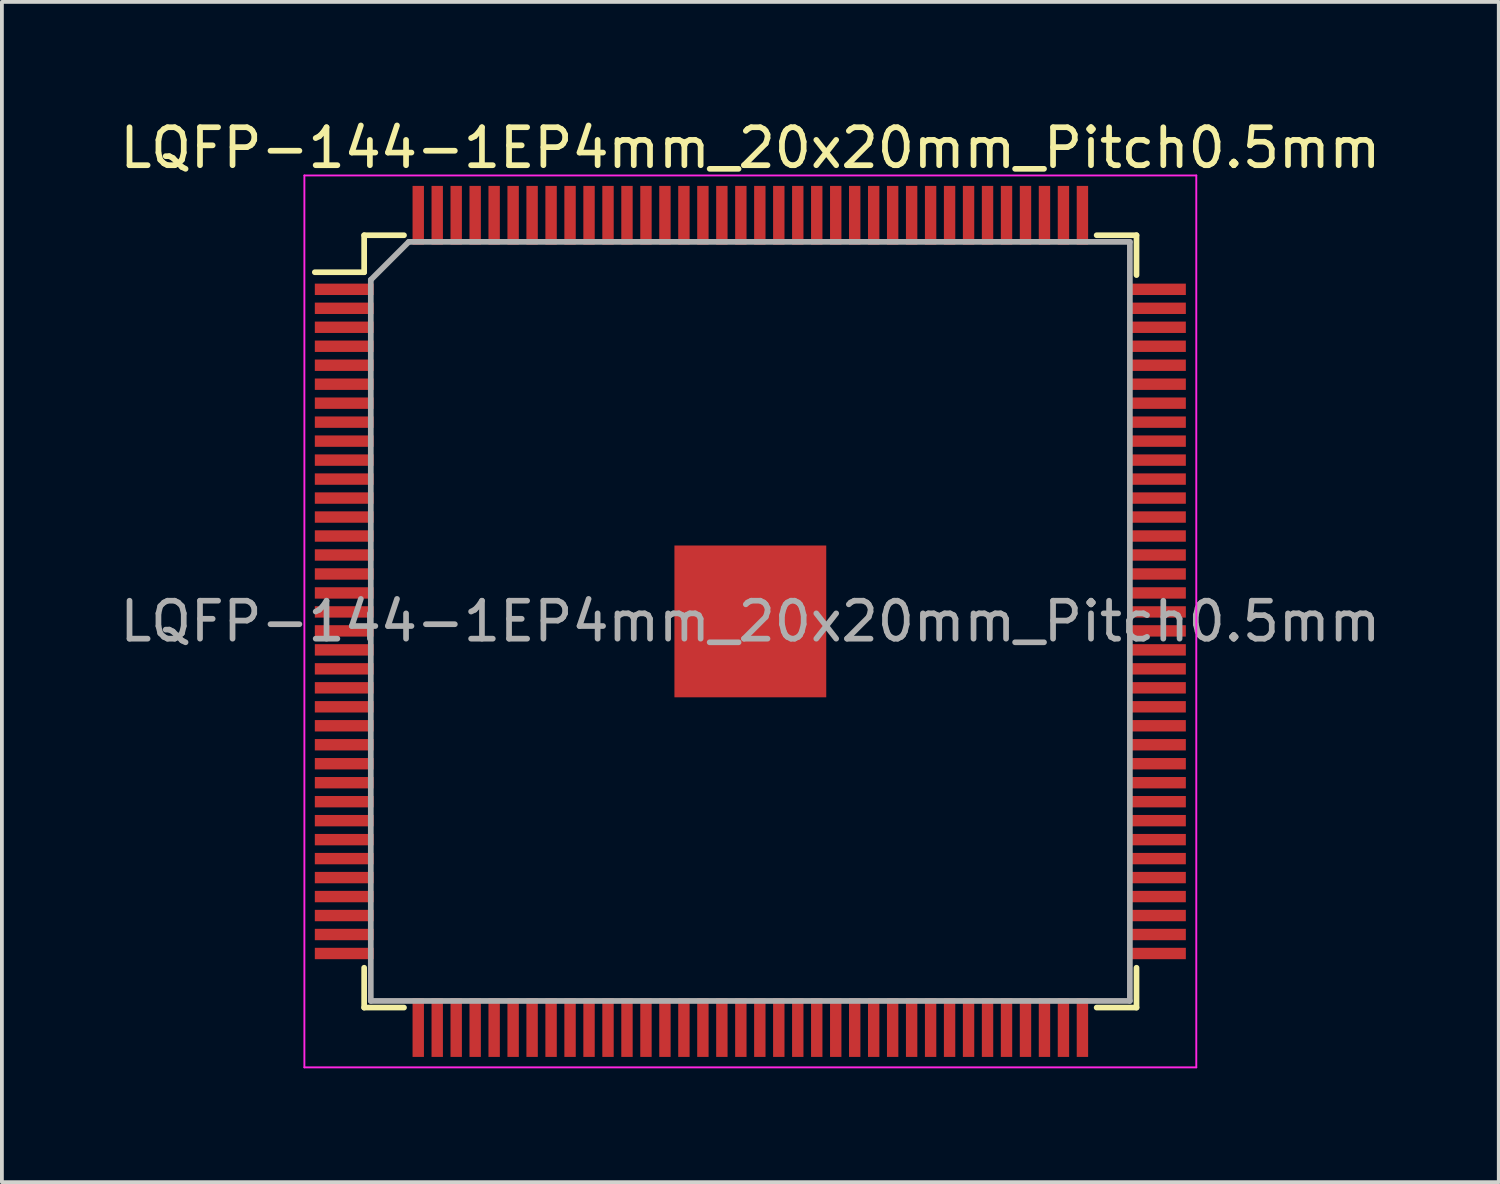
<source format=kicad_pcb>
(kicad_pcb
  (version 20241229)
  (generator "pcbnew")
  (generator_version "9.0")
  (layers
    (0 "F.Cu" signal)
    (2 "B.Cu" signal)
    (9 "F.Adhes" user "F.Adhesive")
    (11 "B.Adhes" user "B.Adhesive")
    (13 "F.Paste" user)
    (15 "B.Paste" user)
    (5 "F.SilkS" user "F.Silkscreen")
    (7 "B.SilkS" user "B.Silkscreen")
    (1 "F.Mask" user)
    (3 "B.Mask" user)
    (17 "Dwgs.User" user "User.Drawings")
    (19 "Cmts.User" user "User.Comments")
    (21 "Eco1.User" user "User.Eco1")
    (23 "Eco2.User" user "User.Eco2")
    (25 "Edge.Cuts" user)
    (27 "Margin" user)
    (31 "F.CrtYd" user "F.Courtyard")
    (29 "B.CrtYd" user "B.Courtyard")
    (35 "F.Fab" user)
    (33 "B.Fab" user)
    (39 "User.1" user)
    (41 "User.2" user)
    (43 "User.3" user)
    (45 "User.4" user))
  (footprint "LQFP-144-1EP4mm_20x20mm_Pitch0.5mm"
    (layer "F.Cu")
    (at 16.72 13.323)
    (property "Reference" "LQFP-144-1EP4mm_20x20mm_Pitch0.5mm" (at 0 -12.475 0) (layer "F.SilkS") (effects (font (size 1 1) (thickness 0.15))))
    (attr smd)
    (fp_line (start -10.175 -10.175) (end -10.175 -9.2) (stroke (width 0.15) (type solid)) (layer "F.SilkS"))
    (fp_line (start -10.175 -10.175) (end -9.125 -10.175) (stroke (width 0.15) (type solid)) (layer "F.SilkS"))
    (fp_line (start -10.175 -9.2) (end -11.475 -9.2) (stroke (width 0.15) (type solid)) (layer "F.SilkS"))
    (fp_line (start -10.175 10.175) (end -10.175 9.125) (stroke (width 0.15) (type solid)) (layer "F.SilkS"))
    (fp_line (start -10.175 10.175) (end -9.125 10.175) (stroke (width 0.15) (type solid)) (layer "F.SilkS"))
    (fp_line (start 10.175 -10.175) (end 9.125 -10.175) (stroke (width 0.15) (type solid)) (layer "F.SilkS"))
    (fp_line (start 10.175 -10.175) (end 10.175 -9.125) (stroke (width 0.15) (type solid)) (layer "F.SilkS"))
    (fp_line (start 10.175 10.175) (end 9.125 10.175) (stroke (width 0.15) (type solid)) (layer "F.SilkS"))
    (fp_line (start 10.175 10.175) (end 10.175 9.125) (stroke (width 0.15) (type solid)) (layer "F.SilkS"))
    (fp_line (start -11.75 -11.75) (end -11.75 11.75) (stroke (width 0.05) (type solid)) (layer "F.CrtYd"))
    (fp_line (start -11.75 -11.75) (end 11.75 -11.75) (stroke (width 0.05) (type solid)) (layer "F.CrtYd"))
    (fp_line (start -11.75 11.75) (end 11.75 11.75) (stroke (width 0.05) (type solid)) (layer "F.CrtYd"))
    (fp_line (start 11.75 -11.75) (end 11.75 11.75) (stroke (width 0.05) (type solid)) (layer "F.CrtYd"))
    (fp_line (start -10 -9) (end -9 -10) (stroke (width 0.15) (type solid)) (layer "F.Fab"))
    (fp_line (start -10 10) (end -10 -9) (stroke (width 0.15) (type solid)) (layer "F.Fab"))
    (fp_line (start -9 -10) (end 10 -10) (stroke (width 0.15) (type solid)) (layer "F.Fab"))
    (fp_line (start 10 -10) (end 10 10) (stroke (width 0.15) (type solid)) (layer "F.Fab"))
    (fp_line (start 10 10) (end -10 10) (stroke (width 0.15) (type solid)) (layer "F.Fab"))
    (fp_text user "${REFERENCE}" (at 0 0 0) (layer "F.Fab") (effects (font (size 1 1) (thickness 0.15))))
    (pad "1" smd rect (at -10.7 -8.75) (size 1.55 0.3) (layers "F.Cu" "F.Mask" "F.Paste"))
    (pad "2" smd rect (at -10.7 -8.25) (size 1.55 0.3) (layers "F.Cu" "F.Mask" "F.Paste"))
    (pad "3" smd rect (at -10.7 -7.75) (size 1.55 0.3) (layers "F.Cu" "F.Mask" "F.Paste"))
    (pad "4" smd rect (at -10.7 -7.25) (size 1.55 0.3) (layers "F.Cu" "F.Mask" "F.Paste"))
    (pad "5" smd rect (at -10.7 -6.75) (size 1.55 0.3) (layers "F.Cu" "F.Mask" "F.Paste"))
    (pad "6" smd rect (at -10.7 -6.25) (size 1.55 0.3) (layers "F.Cu" "F.Mask" "F.Paste"))
    (pad "7" smd rect (at -10.7 -5.75) (size 1.55 0.3) (layers "F.Cu" "F.Mask" "F.Paste"))
    (pad "8" smd rect (at -10.7 -5.25) (size 1.55 0.3) (layers "F.Cu" "F.Mask" "F.Paste"))
    (pad "9" smd rect (at -10.7 -4.75) (size 1.55 0.3) (layers "F.Cu" "F.Mask" "F.Paste"))
    (pad "10" smd rect (at -10.7 -4.25) (size 1.55 0.3) (layers "F.Cu" "F.Mask" "F.Paste"))
    (pad "11" smd rect (at -10.7 -3.75) (size 1.55 0.3) (layers "F.Cu" "F.Mask" "F.Paste"))
    (pad "12" smd rect (at -10.7 -3.25) (size 1.55 0.3) (layers "F.Cu" "F.Mask" "F.Paste"))
    (pad "13" smd rect (at -10.7 -2.75) (size 1.55 0.3) (layers "F.Cu" "F.Mask" "F.Paste"))
    (pad "14" smd rect (at -10.7 -2.25) (size 1.55 0.3) (layers "F.Cu" "F.Mask" "F.Paste"))
    (pad "15" smd rect (at -10.7 -1.75) (size 1.55 0.3) (layers "F.Cu" "F.Mask" "F.Paste"))
    (pad "16" smd rect (at -10.7 -1.25) (size 1.55 0.3) (layers "F.Cu" "F.Mask" "F.Paste"))
    (pad "17" smd rect (at -10.7 -0.75) (size 1.55 0.3) (layers "F.Cu" "F.Mask" "F.Paste"))
    (pad "18" smd rect (at -10.7 -0.25) (size 1.55 0.3) (layers "F.Cu" "F.Mask" "F.Paste"))
    (pad "19" smd rect (at -10.7 0.25) (size 1.55 0.3) (layers "F.Cu" "F.Mask" "F.Paste"))
    (pad "20" smd rect (at -10.7 0.75) (size 1.55 0.3) (layers "F.Cu" "F.Mask" "F.Paste"))
    (pad "21" smd rect (at -10.7 1.25) (size 1.55 0.3) (layers "F.Cu" "F.Mask" "F.Paste"))
    (pad "22" smd rect (at -10.7 1.75) (size 1.55 0.3) (layers "F.Cu" "F.Mask" "F.Paste"))
    (pad "23" smd rect (at -10.7 2.25) (size 1.55 0.3) (layers "F.Cu" "F.Mask" "F.Paste"))
    (pad "24" smd rect (at -10.7 2.75) (size 1.55 0.3) (layers "F.Cu" "F.Mask" "F.Paste"))
    (pad "25" smd rect (at -10.7 3.25) (size 1.55 0.3) (layers "F.Cu" "F.Mask" "F.Paste"))
    (pad "26" smd rect (at -10.7 3.75) (size 1.55 0.3) (layers "F.Cu" "F.Mask" "F.Paste"))
    (pad "27" smd rect (at -10.7 4.25) (size 1.55 0.3) (layers "F.Cu" "F.Mask" "F.Paste"))
    (pad "28" smd rect (at -10.7 4.75) (size 1.55 0.3) (layers "F.Cu" "F.Mask" "F.Paste"))
    (pad "29" smd rect (at -10.7 5.25) (size 1.55 0.3) (layers "F.Cu" "F.Mask" "F.Paste"))
    (pad "30" smd rect (at -10.7 5.75) (size 1.55 0.3) (layers "F.Cu" "F.Mask" "F.Paste"))
    (pad "31" smd rect (at -10.7 6.25) (size 1.55 0.3) (layers "F.Cu" "F.Mask" "F.Paste"))
    (pad "32" smd rect (at -10.7 6.75) (size 1.55 0.3) (layers "F.Cu" "F.Mask" "F.Paste"))
    (pad "33" smd rect (at -10.7 7.25) (size 1.55 0.3) (layers "F.Cu" "F.Mask" "F.Paste"))
    (pad "34" smd rect (at -10.7 7.75) (size 1.55 0.3) (layers "F.Cu" "F.Mask" "F.Paste"))
    (pad "35" smd rect (at -10.7 8.25) (size 1.55 0.3) (layers "F.Cu" "F.Mask" "F.Paste"))
    (pad "36" smd rect (at -10.7 8.75) (size 1.55 0.3) (layers "F.Cu" "F.Mask" "F.Paste"))
    (pad "37" smd rect (at -8.75 10.7 90) (size 1.55 0.3) (layers "F.Cu" "F.Mask" "F.Paste"))
    (pad "38" smd rect (at -8.25 10.7 90) (size 1.55 0.3) (layers "F.Cu" "F.Mask" "F.Paste"))
    (pad "39" smd rect (at -7.75 10.7 90) (size 1.55 0.3) (layers "F.Cu" "F.Mask" "F.Paste"))
    (pad "40" smd rect (at -7.25 10.7 90) (size 1.55 0.3) (layers "F.Cu" "F.Mask" "F.Paste"))
    (pad "41" smd rect (at -6.75 10.7 90) (size 1.55 0.3) (layers "F.Cu" "F.Mask" "F.Paste"))
    (pad "42" smd rect (at -6.25 10.7 90) (size 1.55 0.3) (layers "F.Cu" "F.Mask" "F.Paste"))
    (pad "43" smd rect (at -5.75 10.7 90) (size 1.55 0.3) (layers "F.Cu" "F.Mask" "F.Paste"))
    (pad "44" smd rect (at -5.25 10.7 90) (size 1.55 0.3) (layers "F.Cu" "F.Mask" "F.Paste"))
    (pad "45" smd rect (at -4.75 10.7 90) (size 1.55 0.3) (layers "F.Cu" "F.Mask" "F.Paste"))
    (pad "46" smd rect (at -4.25 10.7 90) (size 1.55 0.3) (layers "F.Cu" "F.Mask" "F.Paste"))
    (pad "47" smd rect (at -3.75 10.7 90) (size 1.55 0.3) (layers "F.Cu" "F.Mask" "F.Paste"))
    (pad "48" smd rect (at -3.25 10.7 90) (size 1.55 0.3) (layers "F.Cu" "F.Mask" "F.Paste"))
    (pad "49" smd rect (at -2.75 10.7 90) (size 1.55 0.3) (layers "F.Cu" "F.Mask" "F.Paste"))
    (pad "50" smd rect (at -2.25 10.7 90) (size 1.55 0.3) (layers "F.Cu" "F.Mask" "F.Paste"))
    (pad "51" smd rect (at -1.75 10.7 90) (size 1.55 0.3) (layers "F.Cu" "F.Mask" "F.Paste"))
    (pad "52" smd rect (at -1.25 10.7 90) (size 1.55 0.3) (layers "F.Cu" "F.Mask" "F.Paste"))
    (pad "53" smd rect (at -0.75 10.7 90) (size 1.55 0.3) (layers "F.Cu" "F.Mask" "F.Paste"))
    (pad "54" smd rect (at -0.25 10.7 90) (size 1.55 0.3) (layers "F.Cu" "F.Mask" "F.Paste"))
    (pad "55" smd rect (at 0.25 10.7 90) (size 1.55 0.3) (layers "F.Cu" "F.Mask" "F.Paste"))
    (pad "56" smd rect (at 0.75 10.7 90) (size 1.55 0.3) (layers "F.Cu" "F.Mask" "F.Paste"))
    (pad "57" smd rect (at 1.25 10.7 90) (size 1.55 0.3) (layers "F.Cu" "F.Mask" "F.Paste"))
    (pad "58" smd rect (at 1.75 10.7 90) (size 1.55 0.3) (layers "F.Cu" "F.Mask" "F.Paste"))
    (pad "59" smd rect (at 2.25 10.7 90) (size 1.55 0.3) (layers "F.Cu" "F.Mask" "F.Paste"))
    (pad "60" smd rect (at 2.75 10.7 90) (size 1.55 0.3) (layers "F.Cu" "F.Mask" "F.Paste"))
    (pad "61" smd rect (at 3.25 10.7 90) (size 1.55 0.3) (layers "F.Cu" "F.Mask" "F.Paste"))
    (pad "62" smd rect (at 3.75 10.7 90) (size 1.55 0.3) (layers "F.Cu" "F.Mask" "F.Paste"))
    (pad "63" smd rect (at 4.25 10.7 90) (size 1.55 0.3) (layers "F.Cu" "F.Mask" "F.Paste"))
    (pad "64" smd rect (at 4.75 10.7 90) (size 1.55 0.3) (layers "F.Cu" "F.Mask" "F.Paste"))
    (pad "65" smd rect (at 5.25 10.7 90) (size 1.55 0.3) (layers "F.Cu" "F.Mask" "F.Paste"))
    (pad "66" smd rect (at 5.75 10.7 90) (size 1.55 0.3) (layers "F.Cu" "F.Mask" "F.Paste"))
    (pad "67" smd rect (at 6.25 10.7 90) (size 1.55 0.3) (layers "F.Cu" "F.Mask" "F.Paste"))
    (pad "68" smd rect (at 6.75 10.7 90) (size 1.55 0.3) (layers "F.Cu" "F.Mask" "F.Paste"))
    (pad "69" smd rect (at 7.25 10.7 90) (size 1.55 0.3) (layers "F.Cu" "F.Mask" "F.Paste"))
    (pad "70" smd rect (at 7.75 10.7 90) (size 1.55 0.3) (layers "F.Cu" "F.Mask" "F.Paste"))
    (pad "71" smd rect (at 8.25 10.7 90) (size 1.55 0.3) (layers "F.Cu" "F.Mask" "F.Paste"))
    (pad "72" smd rect (at 8.75 10.7 90) (size 1.55 0.3) (layers "F.Cu" "F.Mask" "F.Paste"))
    (pad "73" smd rect (at 10.7 8.75) (size 1.55 0.3) (layers "F.Cu" "F.Mask" "F.Paste"))
    (pad "74" smd rect (at 10.7 8.25) (size 1.55 0.3) (layers "F.Cu" "F.Mask" "F.Paste"))
    (pad "75" smd rect (at 10.7 7.75) (size 1.55 0.3) (layers "F.Cu" "F.Mask" "F.Paste"))
    (pad "76" smd rect (at 10.7 7.25) (size 1.55 0.3) (layers "F.Cu" "F.Mask" "F.Paste"))
    (pad "77" smd rect (at 10.7 6.75) (size 1.55 0.3) (layers "F.Cu" "F.Mask" "F.Paste"))
    (pad "78" smd rect (at 10.7 6.25) (size 1.55 0.3) (layers "F.Cu" "F.Mask" "F.Paste"))
    (pad "79" smd rect (at 10.7 5.75) (size 1.55 0.3) (layers "F.Cu" "F.Mask" "F.Paste"))
    (pad "80" smd rect (at 10.7 5.25) (size 1.55 0.3) (layers "F.Cu" "F.Mask" "F.Paste"))
    (pad "81" smd rect (at 10.7 4.75) (size 1.55 0.3) (layers "F.Cu" "F.Mask" "F.Paste"))
    (pad "82" smd rect (at 10.7 4.25) (size 1.55 0.3) (layers "F.Cu" "F.Mask" "F.Paste"))
    (pad "83" smd rect (at 10.7 3.75) (size 1.55 0.3) (layers "F.Cu" "F.Mask" "F.Paste"))
    (pad "84" smd rect (at 10.7 3.25) (size 1.55 0.3) (layers "F.Cu" "F.Mask" "F.Paste"))
    (pad "85" smd rect (at 10.7 2.75) (size 1.55 0.3) (layers "F.Cu" "F.Mask" "F.Paste"))
    (pad "86" smd rect (at 10.7 2.25) (size 1.55 0.3) (layers "F.Cu" "F.Mask" "F.Paste"))
    (pad "87" smd rect (at 10.7 1.75) (size 1.55 0.3) (layers "F.Cu" "F.Mask" "F.Paste"))
    (pad "88" smd rect (at 10.7 1.25) (size 1.55 0.3) (layers "F.Cu" "F.Mask" "F.Paste"))
    (pad "89" smd rect (at 10.7 0.75) (size 1.55 0.3) (layers "F.Cu" "F.Mask" "F.Paste"))
    (pad "90" smd rect (at 10.7 0.25) (size 1.55 0.3) (layers "F.Cu" "F.Mask" "F.Paste"))
    (pad "91" smd rect (at 10.7 -0.25) (size 1.55 0.3) (layers "F.Cu" "F.Mask" "F.Paste"))
    (pad "92" smd rect (at 10.7 -0.75) (size 1.55 0.3) (layers "F.Cu" "F.Mask" "F.Paste"))
    (pad "93" smd rect (at 10.7 -1.25) (size 1.55 0.3) (layers "F.Cu" "F.Mask" "F.Paste"))
    (pad "94" smd rect (at 10.7 -1.75) (size 1.55 0.3) (layers "F.Cu" "F.Mask" "F.Paste"))
    (pad "95" smd rect (at 10.7 -2.25) (size 1.55 0.3) (layers "F.Cu" "F.Mask" "F.Paste"))
    (pad "96" smd rect (at 10.7 -2.75) (size 1.55 0.3) (layers "F.Cu" "F.Mask" "F.Paste"))
    (pad "97" smd rect (at 10.7 -3.25) (size 1.55 0.3) (layers "F.Cu" "F.Mask" "F.Paste"))
    (pad "98" smd rect (at 10.7 -3.75) (size 1.55 0.3) (layers "F.Cu" "F.Mask" "F.Paste"))
    (pad "99" smd rect (at 10.7 -4.25) (size 1.55 0.3) (layers "F.Cu" "F.Mask" "F.Paste"))
    (pad "100" smd rect (at 10.7 -4.75) (size 1.55 0.3) (layers "F.Cu" "F.Mask" "F.Paste"))
    (pad "101" smd rect (at 10.7 -5.25) (size 1.55 0.3) (layers "F.Cu" "F.Mask" "F.Paste"))
    (pad "102" smd rect (at 10.7 -5.75) (size 1.55 0.3) (layers "F.Cu" "F.Mask" "F.Paste"))
    (pad "103" smd rect (at 10.7 -6.25) (size 1.55 0.3) (layers "F.Cu" "F.Mask" "F.Paste"))
    (pad "104" smd rect (at 10.7 -6.75) (size 1.55 0.3) (layers "F.Cu" "F.Mask" "F.Paste"))
    (pad "105" smd rect (at 10.7 -7.25) (size 1.55 0.3) (layers "F.Cu" "F.Mask" "F.Paste"))
    (pad "106" smd rect (at 10.7 -7.75) (size 1.55 0.3) (layers "F.Cu" "F.Mask" "F.Paste"))
    (pad "107" smd rect (at 10.7 -8.25) (size 1.55 0.3) (layers "F.Cu" "F.Mask" "F.Paste"))
    (pad "108" smd rect (at 10.7 -8.75) (size 1.55 0.3) (layers "F.Cu" "F.Mask" "F.Paste"))
    (pad "109" smd rect (at 8.75 -10.7 90) (size 1.55 0.3) (layers "F.Cu" "F.Mask" "F.Paste"))
    (pad "110" smd rect (at 8.25 -10.7 90) (size 1.55 0.3) (layers "F.Cu" "F.Mask" "F.Paste"))
    (pad "111" smd rect (at 7.75 -10.7 90) (size 1.55 0.3) (layers "F.Cu" "F.Mask" "F.Paste"))
    (pad "112" smd rect (at 7.25 -10.7 90) (size 1.55 0.3) (layers "F.Cu" "F.Mask" "F.Paste"))
    (pad "113" smd rect (at 6.75 -10.7 90) (size 1.55 0.3) (layers "F.Cu" "F.Mask" "F.Paste"))
    (pad "114" smd rect (at 6.25 -10.7 90) (size 1.55 0.3) (layers "F.Cu" "F.Mask" "F.Paste"))
    (pad "115" smd rect (at 5.75 -10.7 90) (size 1.55 0.3) (layers "F.Cu" "F.Mask" "F.Paste"))
    (pad "116" smd rect (at 5.25 -10.7 90) (size 1.55 0.3) (layers "F.Cu" "F.Mask" "F.Paste"))
    (pad "117" smd rect (at 4.75 -10.7 90) (size 1.55 0.3) (layers "F.Cu" "F.Mask" "F.Paste"))
    (pad "118" smd rect (at 4.25 -10.7 90) (size 1.55 0.3) (layers "F.Cu" "F.Mask" "F.Paste"))
    (pad "119" smd rect (at 3.75 -10.7 90) (size 1.55 0.3) (layers "F.Cu" "F.Mask" "F.Paste"))
    (pad "120" smd rect (at 3.25 -10.7 90) (size 1.55 0.3) (layers "F.Cu" "F.Mask" "F.Paste"))
    (pad "121" smd rect (at 2.75 -10.7 90) (size 1.55 0.3) (layers "F.Cu" "F.Mask" "F.Paste"))
    (pad "122" smd rect (at 2.25 -10.7 90) (size 1.55 0.3) (layers "F.Cu" "F.Mask" "F.Paste"))
    (pad "123" smd rect (at 1.75 -10.7 90) (size 1.55 0.3) (layers "F.Cu" "F.Mask" "F.Paste"))
    (pad "124" smd rect (at 1.25 -10.7 90) (size 1.55 0.3) (layers "F.Cu" "F.Mask" "F.Paste"))
    (pad "125" smd rect (at 0.75 -10.7 90) (size 1.55 0.3) (layers "F.Cu" "F.Mask" "F.Paste"))
    (pad "126" smd rect (at 0.25 -10.7 90) (size 1.55 0.3) (layers "F.Cu" "F.Mask" "F.Paste"))
    (pad "127" smd rect (at -0.25 -10.7 90) (size 1.55 0.3) (layers "F.Cu" "F.Mask" "F.Paste"))
    (pad "128" smd rect (at -0.75 -10.7 90) (size 1.55 0.3) (layers "F.Cu" "F.Mask" "F.Paste"))
    (pad "129" smd rect (at -1.25 -10.7 90) (size 1.55 0.3) (layers "F.Cu" "F.Mask" "F.Paste"))
    (pad "130" smd rect (at -1.75 -10.7 90) (size 1.55 0.3) (layers "F.Cu" "F.Mask" "F.Paste"))
    (pad "131" smd rect (at -2.25 -10.7 90) (size 1.55 0.3) (layers "F.Cu" "F.Mask" "F.Paste"))
    (pad "132" smd rect (at -2.75 -10.7 90) (size 1.55 0.3) (layers "F.Cu" "F.Mask" "F.Paste"))
    (pad "133" smd rect (at -3.25 -10.7 90) (size 1.55 0.3) (layers "F.Cu" "F.Mask" "F.Paste"))
    (pad "134" smd rect (at -3.75 -10.7 90) (size 1.55 0.3) (layers "F.Cu" "F.Mask" "F.Paste"))
    (pad "135" smd rect (at -4.25 -10.7 90) (size 1.55 0.3) (layers "F.Cu" "F.Mask" "F.Paste"))
    (pad "136" smd rect (at -4.75 -10.7 90) (size 1.55 0.3) (layers "F.Cu" "F.Mask" "F.Paste"))
    (pad "137" smd rect (at -5.25 -10.7 90) (size 1.55 0.3) (layers "F.Cu" "F.Mask" "F.Paste"))
    (pad "138" smd rect (at -5.75 -10.7 90) (size 1.55 0.3) (layers "F.Cu" "F.Mask" "F.Paste"))
    (pad "139" smd rect (at -6.25 -10.7 90) (size 1.55 0.3) (layers "F.Cu" "F.Mask" "F.Paste"))
    (pad "140" smd rect (at -6.75 -10.7 90) (size 1.55 0.3) (layers "F.Cu" "F.Mask" "F.Paste"))
    (pad "141" smd rect (at -7.25 -10.7 90) (size 1.55 0.3) (layers "F.Cu" "F.Mask" "F.Paste"))
    (pad "142" smd rect (at -7.75 -10.7 90) (size 1.55 0.3) (layers "F.Cu" "F.Mask" "F.Paste"))
    (pad "143" smd rect (at -8.25 -10.7 90) (size 1.55 0.3) (layers "F.Cu" "F.Mask" "F.Paste"))
    (pad "144" smd rect (at -8.75 -10.7 90) (size 1.55 0.3) (layers "F.Cu" "F.Mask" "F.Paste"))
    (pad "145" smd rect (at 0 0) (size 4 4) (layers "F.Cu" "F.Mask" "F.Paste")))
  (gr_rect
    (start -3 -3)
    (end 36.44 28.098)
    (stroke (width 0.1) (type default))
    (fill no)
    (layer "Edge.Cuts")))
</source>
